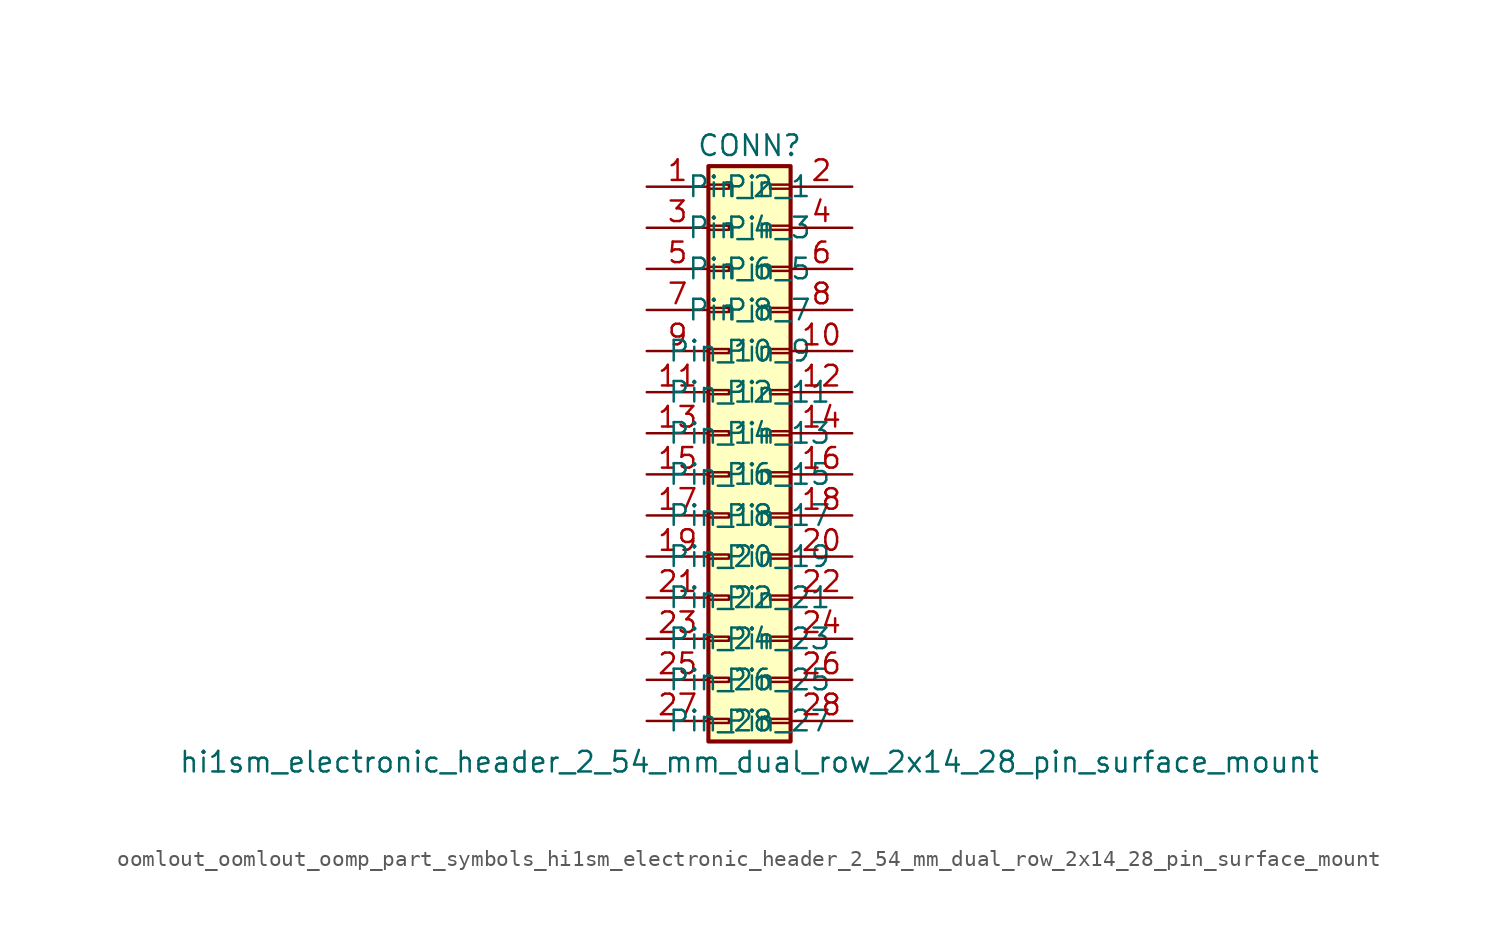
<source format=kicad_sym>
(kicad_symbol_lib
  (version 20220914)
  (generator kicad_symbol_editor)
  (symbol "oomlout_oomlout_oomp_part_symbols_hi1sm_electronic_header_2_54_mm_dual_row_2x14_28_pin_surface_mount"
    (pin_names
      (offset 1.016))
    (property "Reference" "CONN"
      (at 1.27 17.78 0)
      (effects (font (size 1.27 1.27))))
    (property "Value" "hi1sm_electronic_header_2_54_mm_dual_row_2x14_28_pin_surface_mount"
      (at 1.27 -20.32 0)
      (effects (font (size 1.27 1.27))))
    (symbol "oomlout_oomlout_oomp_part_symbols_hi1sm_electronic_header_2_54_mm_dual_row_2x14_28_pin_surface_mount_1_1"
      (rectangle (start -1.27 -17.653) (end 0 -17.907) (stroke (width 0.152) (type default)) (fill (type none)))
      (rectangle (start -1.27 -15.113) (end 0 -15.367) (stroke (width 0.152) (type default)) (fill (type none)))
      (rectangle (start -1.27 -12.573) (end 0 -12.827) (stroke (width 0.152) (type default)) (fill (type none)))
      (rectangle (start -1.27 -10.033) (end 0 -10.287) (stroke (width 0.152) (type default)) (fill (type none)))
      (rectangle (start -1.27 -7.493) (end 0 -7.747) (stroke (width 0.152) (type default)) (fill (type none)))
      (rectangle (start -1.27 -4.953) (end 0 -5.207) (stroke (width 0.152) (type default)) (fill (type none)))
      (rectangle (start -1.27 -2.413) (end 0 -2.667) (stroke (width 0.152) (type default)) (fill (type none)))
      (rectangle (start -1.27 0.127) (end 0 -0.127) (stroke (width 0.152) (type default)) (fill (type none)))
      (rectangle (start -1.27 2.667) (end 0 2.413) (stroke (width 0.152) (type default)) (fill (type none)))
      (rectangle (start -1.27 5.207) (end 0 4.953) (stroke (width 0.152) (type default)) (fill (type none)))
      (rectangle (start -1.27 7.747) (end 0 7.493) (stroke (width 0.152) (type default)) (fill (type none)))
      (rectangle (start -1.27 10.287) (end 0 10.033) (stroke (width 0.152) (type default)) (fill (type none)))
      (rectangle (start -1.27 12.827) (end 0 12.573) (stroke (width 0.152) (type default)) (fill (type none)))
      (rectangle (start -1.27 15.367) (end 0 15.113) (stroke (width 0.152) (type default)) (fill (type none)))
      (rectangle (start -1.27 16.51) (end 3.81 -19.05) (stroke (width 0.254) (type default)) (fill (type background)))
      (rectangle (start 3.81 -17.653) (end 2.54 -17.907) (stroke (width 0.152) (type default)) (fill (type none)))
      (rectangle (start 3.81 -15.113) (end 2.54 -15.367) (stroke (width 0.152) (type default)) (fill (type none)))
      (rectangle (start 3.81 -12.573) (end 2.54 -12.827) (stroke (width 0.152) (type default)) (fill (type none)))
      (rectangle (start 3.81 -10.033) (end 2.54 -10.287) (stroke (width 0.152) (type default)) (fill (type none)))
      (rectangle (start 3.81 -7.493) (end 2.54 -7.747) (stroke (width 0.152) (type default)) (fill (type none)))
      (rectangle (start 3.81 -4.953) (end 2.54 -5.207) (stroke (width 0.152) (type default)) (fill (type none)))
      (rectangle (start 3.81 -2.413) (end 2.54 -2.667) (stroke (width 0.152) (type default)) (fill (type none)))
      (rectangle (start 3.81 0.127) (end 2.54 -0.127) (stroke (width 0.152) (type default)) (fill (type none)))
      (rectangle (start 3.81 2.667) (end 2.54 2.413) (stroke (width 0.152) (type default)) (fill (type none)))
      (rectangle (start 3.81 5.207) (end 2.54 4.953) (stroke (width 0.152) (type default)) (fill (type none)))
      (rectangle (start 3.81 7.747) (end 2.54 7.493) (stroke (width 0.152) (type default)) (fill (type none)))
      (rectangle (start 3.81 10.287) (end 2.54 10.033) (stroke (width 0.152) (type default)) (fill (type none)))
      (rectangle (start 3.81 12.827) (end 2.54 12.573) (stroke (width 0.152) (type default)) (fill (type none)))
      (rectangle (start 3.81 15.367) (end 2.54 15.113) (stroke (width 0.152) (type default)) (fill (type none)))
      (pin passive line (at -5.08 15.24 0) (length 3.81) (name "Pin_1" (effects (font (size 1.27 1.27)))) (number "1" (effects (font (size 1.27 1.27)))))
      (pin passive line (at 7.62 5.08 180) (length 3.81) (name "Pin_10" (effects (font (size 1.27 1.27)))) (number "10" (effects (font (size 1.27 1.27)))))
      (pin passive line (at -5.08 2.54 0) (length 3.81) (name "Pin_11" (effects (font (size 1.27 1.27)))) (number "11" (effects (font (size 1.27 1.27)))))
      (pin passive line (at 7.62 2.54 180) (length 3.81) (name "Pin_12" (effects (font (size 1.27 1.27)))) (number "12" (effects (font (size 1.27 1.27)))))
      (pin passive line (at -5.08 0 0) (length 3.81) (name "Pin_13" (effects (font (size 1.27 1.27)))) (number "13" (effects (font (size 1.27 1.27)))))
      (pin passive line (at 7.62 0 180) (length 3.81) (name "Pin_14" (effects (font (size 1.27 1.27)))) (number "14" (effects (font (size 1.27 1.27)))))
      (pin passive line (at -5.08 -2.54 0) (length 3.81) (name "Pin_15" (effects (font (size 1.27 1.27)))) (number "15" (effects (font (size 1.27 1.27)))))
      (pin passive line (at 7.62 -2.54 180) (length 3.81) (name "Pin_16" (effects (font (size 1.27 1.27)))) (number "16" (effects (font (size 1.27 1.27)))))
      (pin passive line (at -5.08 -5.08 0) (length 3.81) (name "Pin_17" (effects (font (size 1.27 1.27)))) (number "17" (effects (font (size 1.27 1.27)))))
      (pin passive line (at 7.62 -5.08 180) (length 3.81) (name "Pin_18" (effects (font (size 1.27 1.27)))) (number "18" (effects (font (size 1.27 1.27)))))
      (pin passive line (at -5.08 -7.62 0) (length 3.81) (name "Pin_19" (effects (font (size 1.27 1.27)))) (number "19" (effects (font (size 1.27 1.27)))))
      (pin passive line (at 7.62 15.24 180) (length 3.81) (name "Pin_2" (effects (font (size 1.27 1.27)))) (number "2" (effects (font (size 1.27 1.27)))))
      (pin passive line (at 7.62 -7.62 180) (length 3.81) (name "Pin_20" (effects (font (size 1.27 1.27)))) (number "20" (effects (font (size 1.27 1.27)))))
      (pin passive line (at -5.08 -10.16 0) (length 3.81) (name "Pin_21" (effects (font (size 1.27 1.27)))) (number "21" (effects (font (size 1.27 1.27)))))
      (pin passive line (at 7.62 -10.16 180) (length 3.81) (name "Pin_22" (effects (font (size 1.27 1.27)))) (number "22" (effects (font (size 1.27 1.27)))))
      (pin passive line (at -5.08 -12.7 0) (length 3.81) (name "Pin_23" (effects (font (size 1.27 1.27)))) (number "23" (effects (font (size 1.27 1.27)))))
      (pin passive line (at 7.62 -12.7 180) (length 3.81) (name "Pin_24" (effects (font (size 1.27 1.27)))) (number "24" (effects (font (size 1.27 1.27)))))
      (pin passive line (at -5.08 -15.24 0) (length 3.81) (name "Pin_25" (effects (font (size 1.27 1.27)))) (number "25" (effects (font (size 1.27 1.27)))))
      (pin passive line (at 7.62 -15.24 180) (length 3.81) (name "Pin_26" (effects (font (size 1.27 1.27)))) (number "26" (effects (font (size 1.27 1.27)))))
      (pin passive line (at -5.08 -17.78 0) (length 3.81) (name "Pin_27" (effects (font (size 1.27 1.27)))) (number "27" (effects (font (size 1.27 1.27)))))
      (pin passive line (at 7.62 -17.78 180) (length 3.81) (name "Pin_28" (effects (font (size 1.27 1.27)))) (number "28" (effects (font (size 1.27 1.27)))))
      (pin passive line (at -5.08 12.7 0) (length 3.81) (name "Pin_3" (effects (font (size 1.27 1.27)))) (number "3" (effects (font (size 1.27 1.27)))))
      (pin passive line (at 7.62 12.7 180) (length 3.81) (name "Pin_4" (effects (font (size 1.27 1.27)))) (number "4" (effects (font (size 1.27 1.27)))))
      (pin passive line (at -5.08 10.16 0) (length 3.81) (name "Pin_5" (effects (font (size 1.27 1.27)))) (number "5" (effects (font (size 1.27 1.27)))))
      (pin passive line (at 7.62 10.16 180) (length 3.81) (name "Pin_6" (effects (font (size 1.27 1.27)))) (number "6" (effects (font (size 1.27 1.27)))))
      (pin passive line (at -5.08 7.62 0) (length 3.81) (name "Pin_7" (effects (font (size 1.27 1.27)))) (number "7" (effects (font (size 1.27 1.27)))))
      (pin passive line (at 7.62 7.62 180) (length 3.81) (name "Pin_8" (effects (font (size 1.27 1.27)))) (number "8" (effects (font (size 1.27 1.27)))))
      (pin passive line (at -5.08 5.08 0) (length 3.81) (name "Pin_9" (effects (font (size 1.27 1.27)))) (number "9" (effects (font (size 1.27 1.27))))))))
</source>
